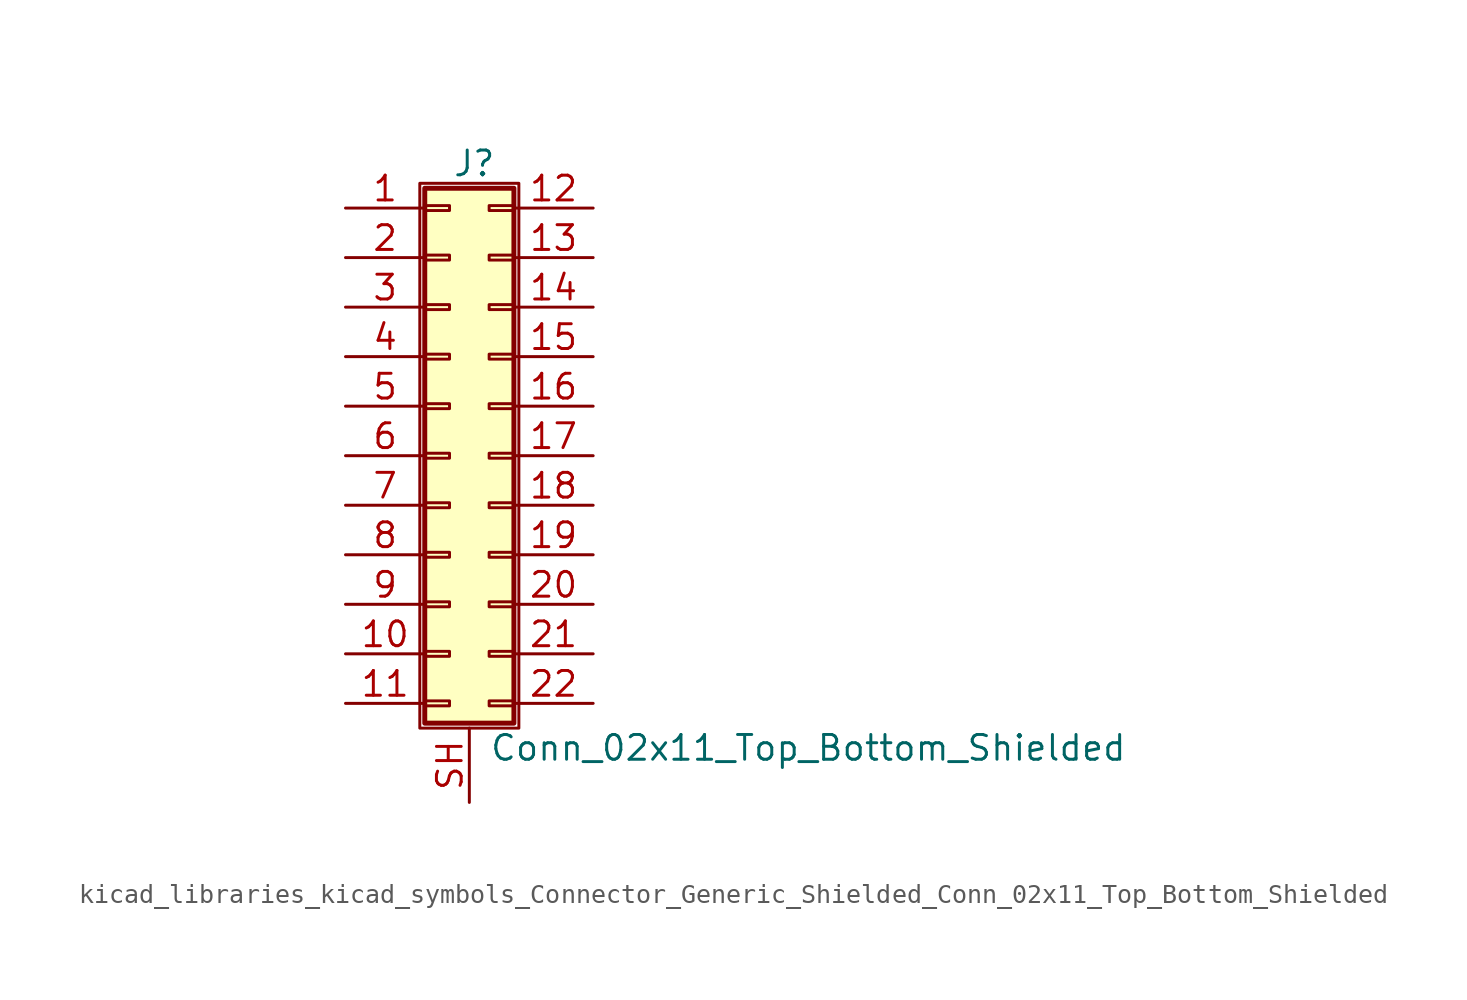
<source format=kicad_sym>
(kicad_symbol_lib
  (version 20220914)
  (generator kicad_symbol_editor)
  (symbol "kicad_libraries_kicad_symbols_Connector_Generic_Shielded_Conn_02x11_Top_Bottom_Shielded"
    (pin_names
      (offset 1.016) hide)
    (property "Reference" "J"
      (at 1.524 14.986 0)
      (effects (font (size 1.27 1.27))))
    (property "Value" "Conn_02x11_Top_Bottom_Shielded"
      (at 2.286 -14.986 0)
      (effects (font (size 1.27 1.27)) (justify left)))
    (symbol "kicad_libraries_kicad_symbols_Connector_Generic_Shielded_Conn_02x11_Top_Bottom_Shielded_1_1"
      (rectangle (start -1.27 13.97) (end 3.81 -13.97) (stroke (width 0.152) (type default)) (fill (type none)))
      (rectangle (start -1.016 -12.573) (end 0.254 -12.827) (stroke (width 0.152) (type default)) (fill (type none)))
      (rectangle (start -1.016 -10.033) (end 0.254 -10.287) (stroke (width 0.152) (type default)) (fill (type none)))
      (rectangle (start -1.016 -7.493) (end 0.254 -7.747) (stroke (width 0.152) (type default)) (fill (type none)))
      (rectangle (start -1.016 -4.953) (end 0.254 -5.207) (stroke (width 0.152) (type default)) (fill (type none)))
      (rectangle (start -1.016 -2.413) (end 0.254 -2.667) (stroke (width 0.152) (type default)) (fill (type none)))
      (rectangle (start -1.016 0.127) (end 0.254 -0.127) (stroke (width 0.152) (type default)) (fill (type none)))
      (rectangle (start -1.016 2.667) (end 0.254 2.413) (stroke (width 0.152) (type default)) (fill (type none)))
      (rectangle (start -1.016 5.207) (end 0.254 4.953) (stroke (width 0.152) (type default)) (fill (type none)))
      (rectangle (start -1.016 7.747) (end 0.254 7.493) (stroke (width 0.152) (type default)) (fill (type none)))
      (rectangle (start -1.016 10.287) (end 0.254 10.033) (stroke (width 0.152) (type default)) (fill (type none)))
      (rectangle (start -1.016 12.827) (end 0.254 12.573) (stroke (width 0.152) (type default)) (fill (type none)))
      (rectangle (start -1.016 13.716) (end 3.556 -13.716) (stroke (width 0.254) (type default)) (fill (type background)))
      (rectangle (start 3.556 -12.573) (end 2.286 -12.827) (stroke (width 0.152) (type default)) (fill (type none)))
      (rectangle (start 3.556 -10.033) (end 2.286 -10.287) (stroke (width 0.152) (type default)) (fill (type none)))
      (rectangle (start 3.556 -7.493) (end 2.286 -7.747) (stroke (width 0.152) (type default)) (fill (type none)))
      (rectangle (start 3.556 -4.953) (end 2.286 -5.207) (stroke (width 0.152) (type default)) (fill (type none)))
      (rectangle (start 3.556 -2.413) (end 2.286 -2.667) (stroke (width 0.152) (type default)) (fill (type none)))
      (rectangle (start 3.556 0.127) (end 2.286 -0.127) (stroke (width 0.152) (type default)) (fill (type none)))
      (rectangle (start 3.556 2.667) (end 2.286 2.413) (stroke (width 0.152) (type default)) (fill (type none)))
      (rectangle (start 3.556 5.207) (end 2.286 4.953) (stroke (width 0.152) (type default)) (fill (type none)))
      (rectangle (start 3.556 7.747) (end 2.286 7.493) (stroke (width 0.152) (type default)) (fill (type none)))
      (rectangle (start 3.556 10.287) (end 2.286 10.033) (stroke (width 0.152) (type default)) (fill (type none)))
      (rectangle (start 3.556 12.827) (end 2.286 12.573) (stroke (width 0.152) (type default)) (fill (type none)))
      (pin passive line (at -5.08 12.7 0) (length 4.064) (name "Pin_1" (effects (font (size 1.27 1.27)))) (number "1" (effects (font (size 1.27 1.27)))))
      (pin passive line (at -5.08 -10.16 0) (length 4.064) (name "Pin_10" (effects (font (size 1.27 1.27)))) (number "10" (effects (font (size 1.27 1.27)))))
      (pin passive line (at -5.08 -12.7 0) (length 4.064) (name "Pin_11" (effects (font (size 1.27 1.27)))) (number "11" (effects (font (size 1.27 1.27)))))
      (pin passive line (at 7.62 12.7 180) (length 4.064) (name "Pin_12" (effects (font (size 1.27 1.27)))) (number "12" (effects (font (size 1.27 1.27)))))
      (pin passive line (at 7.62 10.16 180) (length 4.064) (name "Pin_13" (effects (font (size 1.27 1.27)))) (number "13" (effects (font (size 1.27 1.27)))))
      (pin passive line (at 7.62 7.62 180) (length 4.064) (name "Pin_14" (effects (font (size 1.27 1.27)))) (number "14" (effects (font (size 1.27 1.27)))))
      (pin passive line (at 7.62 5.08 180) (length 4.064) (name "Pin_15" (effects (font (size 1.27 1.27)))) (number "15" (effects (font (size 1.27 1.27)))))
      (pin passive line (at 7.62 2.54 180) (length 4.064) (name "Pin_16" (effects (font (size 1.27 1.27)))) (number "16" (effects (font (size 1.27 1.27)))))
      (pin passive line (at 7.62 0 180) (length 4.064) (name "Pin_17" (effects (font (size 1.27 1.27)))) (number "17" (effects (font (size 1.27 1.27)))))
      (pin passive line (at 7.62 -2.54 180) (length 4.064) (name "Pin_18" (effects (font (size 1.27 1.27)))) (number "18" (effects (font (size 1.27 1.27)))))
      (pin passive line (at 7.62 -5.08 180) (length 4.064) (name "Pin_19" (effects (font (size 1.27 1.27)))) (number "19" (effects (font (size 1.27 1.27)))))
      (pin passive line (at -5.08 10.16 0) (length 4.064) (name "Pin_2" (effects (font (size 1.27 1.27)))) (number "2" (effects (font (size 1.27 1.27)))))
      (pin passive line (at 7.62 -7.62 180) (length 4.064) (name "Pin_20" (effects (font (size 1.27 1.27)))) (number "20" (effects (font (size 1.27 1.27)))))
      (pin passive line (at 7.62 -10.16 180) (length 4.064) (name "Pin_21" (effects (font (size 1.27 1.27)))) (number "21" (effects (font (size 1.27 1.27)))))
      (pin passive line (at 7.62 -12.7 180) (length 4.064) (name "Pin_22" (effects (font (size 1.27 1.27)))) (number "22" (effects (font (size 1.27 1.27)))))
      (pin passive line (at -5.08 7.62 0) (length 4.064) (name "Pin_3" (effects (font (size 1.27 1.27)))) (number "3" (effects (font (size 1.27 1.27)))))
      (pin passive line (at -5.08 5.08 0) (length 4.064) (name "Pin_4" (effects (font (size 1.27 1.27)))) (number "4" (effects (font (size 1.27 1.27)))))
      (pin passive line (at -5.08 2.54 0) (length 4.064) (name "Pin_5" (effects (font (size 1.27 1.27)))) (number "5" (effects (font (size 1.27 1.27)))))
      (pin passive line (at -5.08 0 0) (length 4.064) (name "Pin_6" (effects (font (size 1.27 1.27)))) (number "6" (effects (font (size 1.27 1.27)))))
      (pin passive line (at -5.08 -2.54 0) (length 4.064) (name "Pin_7" (effects (font (size 1.27 1.27)))) (number "7" (effects (font (size 1.27 1.27)))))
      (pin passive line (at -5.08 -5.08 0) (length 4.064) (name "Pin_8" (effects (font (size 1.27 1.27)))) (number "8" (effects (font (size 1.27 1.27)))))
      (pin passive line (at -5.08 -7.62 0) (length 4.064) (name "Pin_9" (effects (font (size 1.27 1.27)))) (number "9" (effects (font (size 1.27 1.27)))))
      (pin passive line (at 1.27 -17.78 90) (length 3.81) (name "Shield" (effects (font (size 1.27 1.27)))) (number "SH" (effects (font (size 1.27 1.27))))))))
</source>
